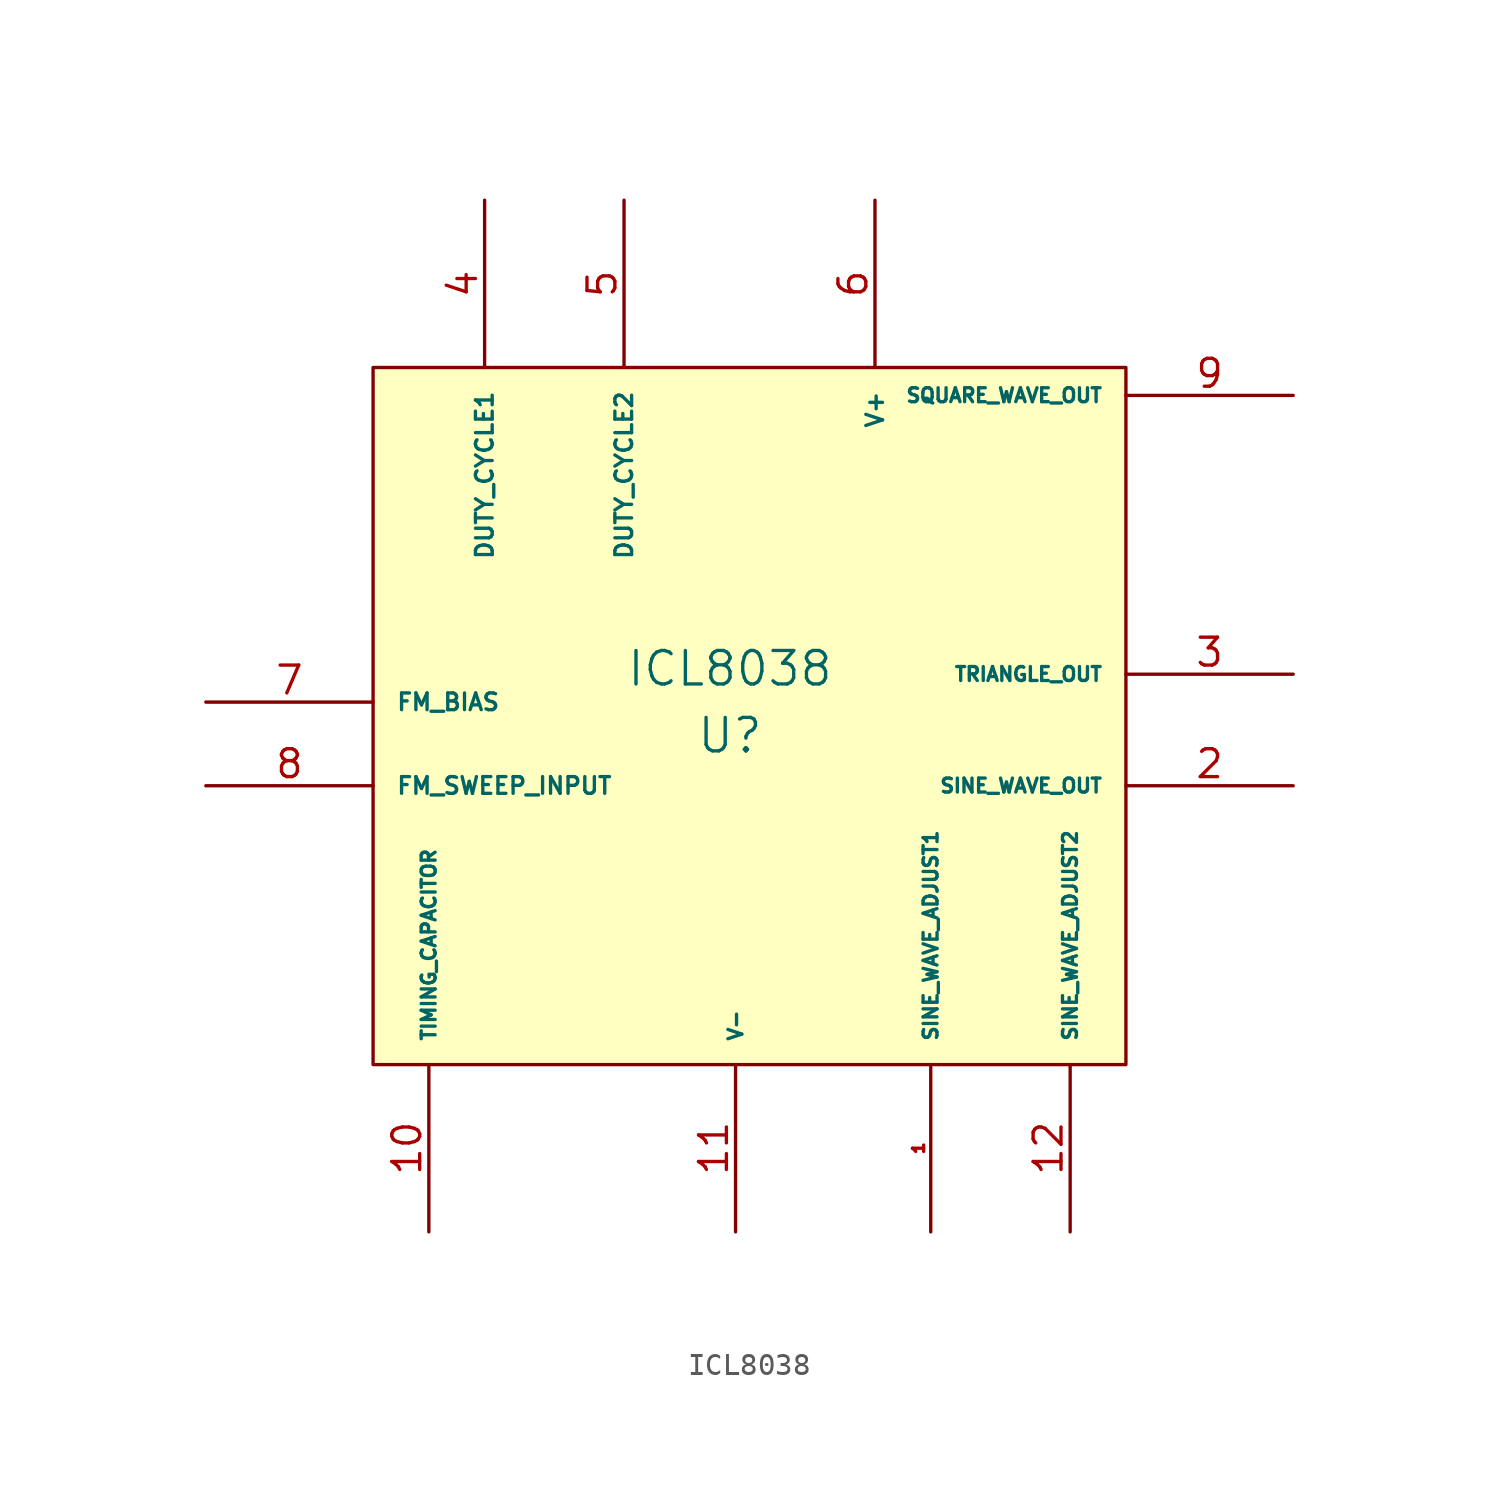
<source format=kicad_sym>
(kicad_symbol_lib
  (version 20231120)
  (generator "kicad_symbol_editor")
  (generator_version "8.0")
  (symbol "ICL8038"
    (pin_names
      (offset 1.016))
    (property "Reference" "U"
      (at -0.254 -5.334 0)
      (effects (font (size 1.524 1.524))))
    (property "Value" "ICL8038"
      (at -0.254 -2.286 0)
      (effects (font (size 1.524 1.524))))
    (symbol "ICL8038_0_1"
      (rectangle (start -16.51 11.43) (end 17.78 -20.32) (stroke (width 0) (type solid)) (fill (type background))))
    (symbol "ICL8038_1_1"
      (pin input line (at 8.89 -27.94 90) (length 7.62) (name "SINE_WAVE_ADJUST1" (effects (font (size 0.635 0.635)))) (number "1" (effects (font (size 0.508 0.508)))))
      (pin input line (at -13.97 -27.94 90) (length 7.62) (name "TIMING_CAPACITOR" (effects (font (size 0.635 0.635)))) (number "10" (effects (font (size 1.27 1.27)))))
      (pin power_in line (at 0 -27.94 90) (length 7.62) (name "V-" (effects (font (size 0.635 0.635)))) (number "11" (effects (font (size 1.27 1.27)))))
      (pin input line (at 15.24 -27.94 90) (length 7.62) (name "SINE_WAVE_ADJUST2" (effects (font (size 0.635 0.635)))) (number "12" (effects (font (size 1.27 1.27)))))
      (pin output line (at 25.4 -7.62 180) (length 7.62) (name "SINE_WAVE_OUT" (effects (font (size 0.635 0.635)))) (number "2" (effects (font (size 1.27 1.27)))))
      (pin output line (at 25.4 -2.54 180) (length 7.62) (name "TRIANGLE_OUT" (effects (font (size 0.635 0.635)))) (number "3" (effects (font (size 1.27 1.27)))))
      (pin input line (at -11.43 19.05 270) (length 7.62) (name "DUTY_CYCLE1" (effects (font (size 0.762 0.762)))) (number "4" (effects (font (size 1.27 1.27)))))
      (pin input line (at -5.08 19.05 270) (length 7.62) (name "DUTY_CYCLE2" (effects (font (size 0.762 0.762)))) (number "5" (effects (font (size 1.27 1.27)))))
      (pin power_in line (at 6.35 19.05 270) (length 7.62) (name "V+" (effects (font (size 0.762 0.762)))) (number "6" (effects (font (size 1.27 1.27)))))
      (pin input line (at -24.13 -3.81 0) (length 7.62) (name "FM_BIAS" (effects (font (size 0.762 0.762)))) (number "7" (effects (font (size 1.27 1.27)))))
      (pin input line (at -24.13 -7.62 0) (length 7.62) (name "FM_SWEEP_INPUT" (effects (font (size 0.762 0.762)))) (number "8" (effects (font (size 1.27 1.27)))))
      (pin output line (at 25.4 10.16 180) (length 7.62) (name "SQUARE_WAVE_OUT" (effects (font (size 0.635 0.635)))) (number "9" (effects (font (size 1.27 1.27))))))))
</source>
